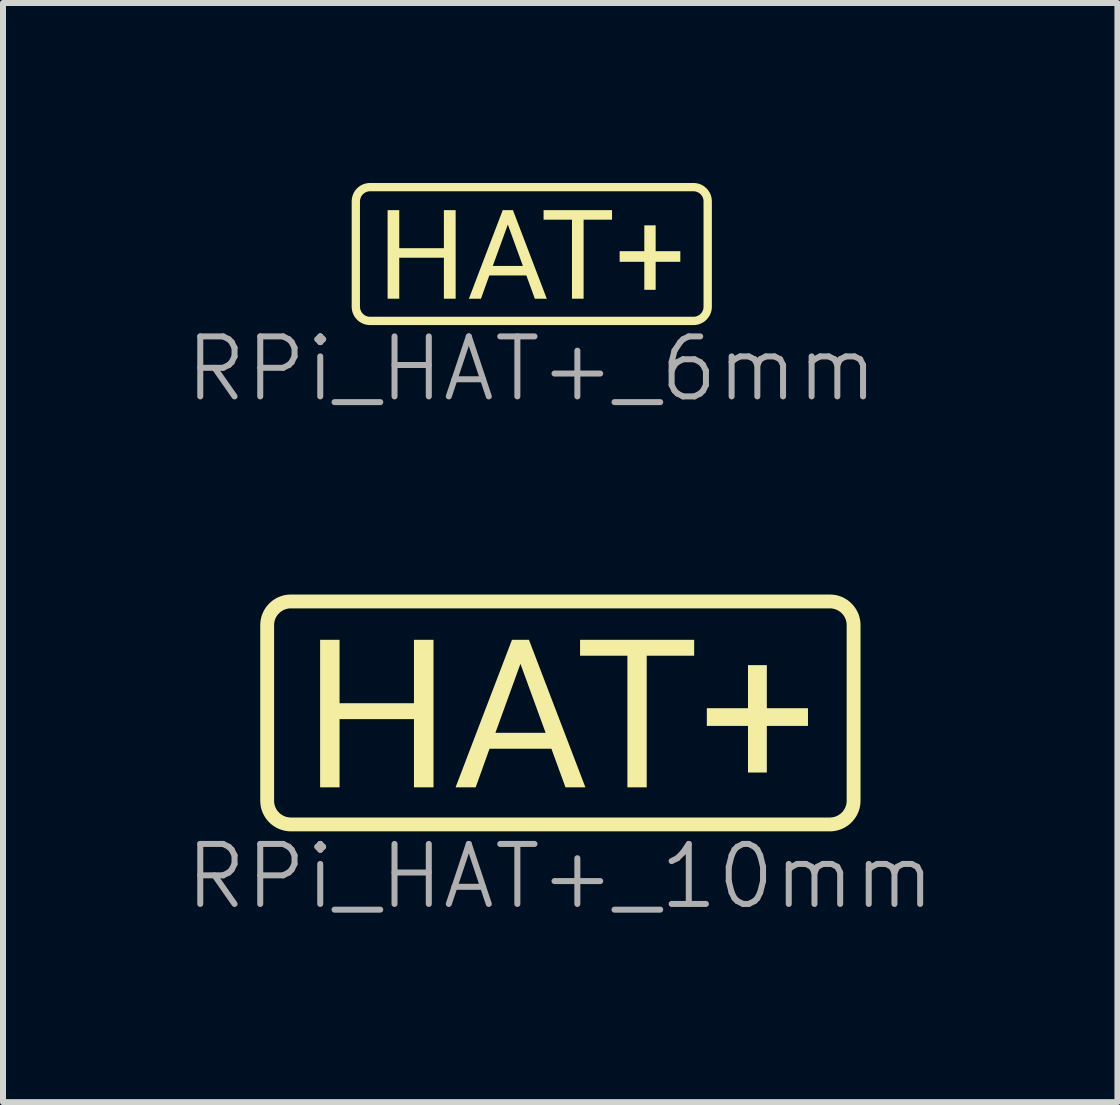
<source format=kicad_pcb>
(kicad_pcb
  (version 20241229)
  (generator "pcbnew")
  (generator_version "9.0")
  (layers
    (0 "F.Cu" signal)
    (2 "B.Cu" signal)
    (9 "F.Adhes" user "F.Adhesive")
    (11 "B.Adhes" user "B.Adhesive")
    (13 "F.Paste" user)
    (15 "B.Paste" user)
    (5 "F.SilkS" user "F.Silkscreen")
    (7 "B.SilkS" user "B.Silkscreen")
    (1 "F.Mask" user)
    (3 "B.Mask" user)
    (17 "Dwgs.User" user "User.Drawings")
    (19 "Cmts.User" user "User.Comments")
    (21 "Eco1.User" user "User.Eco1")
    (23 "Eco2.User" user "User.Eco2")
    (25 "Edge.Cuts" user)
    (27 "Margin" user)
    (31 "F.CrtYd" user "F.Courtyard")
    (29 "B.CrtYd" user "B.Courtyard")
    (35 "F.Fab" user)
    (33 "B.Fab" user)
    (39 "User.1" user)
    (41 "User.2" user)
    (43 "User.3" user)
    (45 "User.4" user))
  (footprint "RPi_HAT+_6mm"
    (layer "F.Cu")
    (at 5.812 1.2)
    (property "Reference" "RPi_HAT+_6mm" (at 0 1.9 0) (unlocked yes) (layer "F.Fab") (effects (font (size 1 1) (thickness 0.1))))
    (attr board_only exclude_from_pos_files exclude_from_bom)
    (fp_poly (pts (xy 1.34 -0.588) (xy 0.866 -0.588) (xy 0.866 0.729) (xy 0.672 0.729) (xy 0.672 -0.588) (xy 0.199 -0.588) (xy 0.199 -0.747) (xy 1.34 -0.747)) (stroke (width -0.000001) (type solid)) (fill yes) (layer "F.SilkS"))
    (fp_poly (pts (xy -2.207 -0.113) (xy -1.463 -0.113) (xy -1.463 -0.747) (xy -1.267 -0.747) (xy -1.267 0.729) (xy -1.463 0.729) (xy -1.463 0.046) (xy -2.207 0.046) (xy -2.207 0.729) (xy -2.401 0.729) (xy -2.401 -0.747) (xy -2.207 -0.747)) (stroke (width -0.000001) (type solid)) (fill yes) (layer "F.SilkS"))
    (fp_poly (pts (xy 2.067 -0.063) (xy 2.478 -0.063) (xy 2.478 0.114) (xy 2.067 0.114) (xy 2.067 0.581) (xy 1.878 0.581) (xy 1.878 0.114) (xy 1.467 0.114) (xy 1.467 -0.063) (xy 1.878 -0.063) (xy 1.878 -0.494) (xy 2.067 -0.494)) (stroke (width -0.000001) (type solid)) (fill yes) (layer "F.SilkS"))
    (fp_poly (pts (xy 0.252 0.729) (xy 0.053 0.729) (xy -0.088 0.342) (xy -0.706 0.342) (xy -0.845 0.729) (xy -1.046 0.729) (xy -0.838 0.183) (xy -0.648 0.183) (xy -0.146 0.183) (xy -0.397 -0.507) (xy -0.648 0.183) (xy -0.838 0.183) (xy -0.482 -0.747) (xy -0.312 -0.747)) (stroke (width -0.000001) (type solid)) (fill yes) (layer "F.SilkS"))
    (fp_poly (pts (xy 2.713 -1.2) (xy 2.729 -1.198) (xy 2.744 -1.196) (xy 2.759 -1.194) (xy 2.774 -1.19) (xy 2.789 -1.186) (xy 2.803 -1.181) (xy 2.817 -1.176) (xy 2.83 -1.17) (xy 2.843 -1.163) (xy 2.856 -1.156) (xy 2.869 -1.148) (xy 2.881 -1.139) (xy 2.892 -1.13) (xy 2.903 -1.12) (xy 2.914 -1.11) (xy 2.924 -1.1) (xy 2.934 -1.089) (xy 2.943 -1.077) (xy 2.951 -1.065) (xy 2.959 -1.052) (xy 2.967 -1.04) (xy 2.974 -1.026) (xy 2.98 -1.013) (xy 2.985 -0.999) (xy 2.99 -0.985) (xy 2.994 -0.97) (xy 2.998 -0.955) (xy 3 -0.94) (xy 3.002 -0.925) (xy 3.003 -0.909) (xy 3.004 -0.894) (xy 3.004 0.862) (xy 3.003 0.878) (xy 3.002 0.893) (xy 3 0.909) (xy 2.998 0.924) (xy 2.994 0.939) (xy 2.99 0.953) (xy 2.985 0.967) (xy 2.98 0.981) (xy 2.974 0.995) (xy 2.967 1.008) (xy 2.959 1.021) (xy 2.951 1.033) (xy 2.943 1.045) (xy 2.934 1.057) (xy 2.924 1.068) (xy 2.914 1.079) (xy 2.903 1.089) (xy 2.892 1.099) (xy 2.881 1.108) (xy 2.869 1.116) (xy 2.856 1.124) (xy 2.843 1.132) (xy 2.83 1.138) (xy 2.817 1.144) (xy 2.803 1.15) (xy 2.789 1.155) (xy 2.774 1.159) (xy 2.759 1.162) (xy 2.744 1.165) (xy 2.729 1.167) (xy 2.713 1.168) (xy 2.697 1.169) (xy -2.694 1.169) (xy -2.709 1.168) (xy -2.725 1.167) (xy -2.74 1.165) (xy -2.755 1.162) (xy -2.77 1.159) (xy -2.785 1.155) (xy -2.799 1.15) (xy -2.813 1.144) (xy -2.826 1.138) (xy -2.84 1.132) (xy -2.852 1.124) (xy -2.865 1.116) (xy -2.877 1.108) (xy -2.889 1.099) (xy -2.9 1.089) (xy -2.91 1.079) (xy -2.92 1.068) (xy -2.93 1.057) (xy -2.939 1.045) (xy -2.948 1.033) (xy -2.956 1.021) (xy -2.963 1.008) (xy -2.97 0.995) (xy -2.976 0.981) (xy -2.981 0.967) (xy -2.986 0.953) (xy -2.99 0.939) (xy -2.994 0.924) (xy -2.996 0.909) (xy -2.998 0.893) (xy -3 0.878) (xy -3 0.862) (xy -3 -0.894) (xy -2.862 -0.894) (xy -2.862 0.862) (xy -2.861 0.871) (xy -2.861 0.879) (xy -2.86 0.888) (xy -2.858 0.896) (xy -2.856 0.904) (xy -2.854 0.912) (xy -2.851 0.92) (xy -2.848 0.927) (xy -2.845 0.935) (xy -2.841 0.942) (xy -2.837 0.949) (xy -2.833 0.956) (xy -2.828 0.963) (xy -2.823 0.969) (xy -2.818 0.975) (xy -2.812 0.981) (xy -2.806 0.986) (xy -2.8 0.992) (xy -2.794 0.997) (xy -2.787 1.001) (xy -2.781 1.006) (xy -2.774 1.01) (xy -2.766 1.013) (xy -2.759 1.017) (xy -2.751 1.02) (xy -2.744 1.022) (xy -2.736 1.025) (xy -2.727 1.027) (xy -2.719 1.028) (xy -2.711 1.029) (xy -2.702 1.03) (xy -2.694 1.03) (xy 2.697 1.03) (xy 2.706 1.03) (xy 2.715 1.029) (xy 2.723 1.028) (xy 2.731 1.027) (xy 2.739 1.025) (xy 2.747 1.022) (xy 2.755 1.02) (xy 2.763 1.017) (xy 2.77 1.013) (xy 2.777 1.01) (xy 2.784 1.006) (xy 2.791 1.001) (xy 2.798 0.997) (xy 2.804 0.992) (xy 2.81 0.986) (xy 2.816 0.981) (xy 2.822 0.975) (xy 2.827 0.969) (xy 2.832 0.963) (xy 2.837 0.956) (xy 2.841 0.949) (xy 2.845 0.942) (xy 2.849 0.935) (xy 2.852 0.927) (xy 2.855 0.92) (xy 2.858 0.912) (xy 2.86 0.904) (xy 2.862 0.896) (xy 2.863 0.888) (xy 2.864 0.879) (xy 2.865 0.871) (xy 2.865 0.862) (xy 2.865 -0.894) (xy 2.865 -0.902) (xy 2.864 -0.911) (xy 2.863 -0.919) (xy 2.862 -0.927) (xy 2.86 -0.936) (xy 2.858 -0.944) (xy 2.855 -0.951) (xy 2.852 -0.959) (xy 2.849 -0.966) (xy 2.845 -0.974) (xy 2.841 -0.981) (xy 2.837 -0.987) (xy 2.832 -0.994) (xy 2.827 -1) (xy 2.822 -1.006) (xy 2.816 -1.012) (xy 2.81 -1.018) (xy 2.804 -1.023) (xy 2.798 -1.028) (xy 2.791 -1.033) (xy 2.784 -1.037) (xy 2.777 -1.041) (xy 2.77 -1.045) (xy 2.763 -1.048) (xy 2.755 -1.051) (xy 2.747 -1.054) (xy 2.739 -1.056) (xy 2.731 -1.058) (xy 2.723 -1.06) (xy 2.715 -1.061) (xy 2.706 -1.061) (xy 2.697 -1.062) (xy -2.694 -1.062) (xy -2.702 -1.061) (xy -2.711 -1.061) (xy -2.719 -1.06) (xy -2.727 -1.058) (xy -2.736 -1.056) (xy -2.744 -1.054) (xy -2.751 -1.051) (xy -2.759 -1.048) (xy -2.766 -1.045) (xy -2.774 -1.041) (xy -2.781 -1.037) (xy -2.787 -1.033) (xy -2.794 -1.028) (xy -2.8 -1.023) (xy -2.806 -1.018) (xy -2.812 -1.012) (xy -2.818 -1.006) (xy -2.823 -1) (xy -2.828 -0.994) (xy -2.833 -0.987) (xy -2.837 -0.981) (xy -2.841 -0.974) (xy -2.845 -0.966) (xy -2.848 -0.959) (xy -2.851 -0.951) (xy -2.854 -0.944) (xy -2.856 -0.936) (xy -2.858 -0.927) (xy -2.86 -0.919) (xy -2.861 -0.911) (xy -2.861 -0.902) (xy -2.862 -0.894) (xy -3 -0.894) (xy -3 -0.909) (xy -2.998 -0.925) (xy -2.996 -0.94) (xy -2.994 -0.955) (xy -2.99 -0.97) (xy -2.986 -0.985) (xy -2.981 -0.999) (xy -2.976 -1.013) (xy -2.97 -1.026) (xy -2.963 -1.04) (xy -2.956 -1.052) (xy -2.948 -1.065) (xy -2.939 -1.077) (xy -2.93 -1.089) (xy -2.92 -1.1) (xy -2.91 -1.11) (xy -2.9 -1.12) (xy -2.889 -1.13) (xy -2.877 -1.139) (xy -2.865 -1.148) (xy -2.852 -1.156) (xy -2.84 -1.163) (xy -2.826 -1.17) (xy -2.813 -1.176) (xy -2.799 -1.181) (xy -2.785 -1.186) (xy -2.77 -1.19) (xy -2.755 -1.194) (xy -2.74 -1.196) (xy -2.725 -1.198) (xy -2.709 -1.2) (xy -2.694 -1.2) (xy 2.697 -1.2)) (stroke (width -0.000001) (type solid)) (fill yes) (layer "F.SilkS")))
  (footprint "RPi_HAT+_10mm"
    (layer "F.Cu")
    (at 6.288 8.81)
    (property "Reference" "RPi_HAT+_10mm" (at 0 2.75 0) (unlocked yes) (layer "F.Fab") (effects (font (size 1 1) (thickness 0.1))))
    (attr board_only exclude_from_pos_files exclude_from_bom)
    (fp_poly (pts (xy 2.233 -0.93) (xy 1.442 -0.93) (xy 1.442 1.264) (xy 1.12 1.264) (xy 1.12 -0.93) (xy 0.331 -0.93) (xy 0.331 -1.195) (xy 2.233 -1.195)) (stroke (width -0.000001) (type solid)) (fill yes) (layer "F.SilkS"))
    (fp_poly (pts (xy -3.678 -0.138) (xy -2.438 -0.138) (xy -2.438 -1.195) (xy -2.112 -1.195) (xy -2.112 1.264) (xy -2.438 1.264) (xy -2.438 0.127) (xy -3.678 0.127) (xy -3.678 1.264) (xy -4.002 1.264) (xy -4.002 -1.195) (xy -3.678 -1.195)) (stroke (width -0.000001) (type solid)) (fill yes) (layer "F.SilkS"))
    (fp_poly (pts (xy 3.444 -0.055) (xy 4.13 -0.055) (xy 4.13 0.24) (xy 3.444 0.24) (xy 3.444 1.017) (xy 3.13 1.017) (xy 3.13 0.24) (xy 2.444 0.24) (xy 2.444 -0.055) (xy 3.13 -0.055) (xy 3.13 -0.773) (xy 3.444 -0.773)) (stroke (width -0.000001) (type solid)) (fill yes) (layer "F.SilkS"))
    (fp_poly (pts (xy 0.42 1.264) (xy 0.088 1.264) (xy -0.147 0.62) (xy -1.178 0.62) (xy -1.409 1.264) (xy -1.744 1.264) (xy -1.397 0.355) (xy -1.08 0.355) (xy -0.243 0.355) (xy -0.663 -0.795) (xy -1.08 0.355) (xy -1.397 0.355) (xy -0.804 -1.195) (xy -0.521 -1.195)) (stroke (width -0.000001) (type solid)) (fill yes) (layer "F.SilkS"))
    (fp_poly (pts (xy 4.521 -1.949) (xy 4.547 -1.947) (xy 4.573 -1.944) (xy 4.598 -1.94) (xy 4.623 -1.934) (xy 4.647 -1.927) (xy 4.671 -1.919) (xy 4.694 -1.91) (xy 4.716 -1.9) (xy 4.738 -1.888) (xy 4.76 -1.876) (xy 4.781 -1.863) (xy 4.801 -1.849) (xy 4.82 -1.833) (xy 4.838 -1.817) (xy 4.856 -1.8) (xy 4.873 -1.783) (xy 4.889 -1.764) (xy 4.904 -1.745) (xy 4.918 -1.725) (xy 4.932 -1.704) (xy 4.944 -1.683) (xy 4.955 -1.661) (xy 4.966 -1.638) (xy 4.975 -1.615) (xy 4.983 -1.591) (xy 4.99 -1.567) (xy 4.995 -1.542) (xy 5 -1.517) (xy 5.003 -1.492) (xy 5.005 -1.466) (xy 5.006 -1.439) (xy 5.006 1.487) (xy 5.005 1.513) (xy 5.003 1.539) (xy 5 1.564) (xy 4.995 1.59) (xy 4.99 1.614) (xy 4.983 1.639) (xy 4.975 1.662) (xy 4.966 1.685) (xy 4.955 1.708) (xy 4.944 1.73) (xy 4.932 1.751) (xy 4.918 1.772) (xy 4.904 1.792) (xy 4.889 1.811) (xy 4.873 1.83) (xy 4.856 1.848) (xy 4.838 1.865) (xy 4.82 1.881) (xy 4.801 1.896) (xy 4.781 1.91) (xy 4.76 1.923) (xy 4.738 1.936) (xy 4.716 1.947) (xy 4.694 1.957) (xy 4.671 1.966) (xy 4.647 1.974) (xy 4.623 1.981) (xy 4.598 1.987) (xy 4.573 1.991) (xy 4.547 1.995) (xy 4.521 1.997) (xy 4.495 1.997) (xy -4.489 1.997) (xy -4.516 1.997) (xy -4.542 1.995) (xy -4.567 1.991) (xy -4.592 1.987) (xy -4.617 1.981) (xy -4.641 1.974) (xy -4.665 1.966) (xy -4.688 1.957) (xy -4.711 1.947) (xy -4.733 1.936) (xy -4.754 1.923) (xy -4.775 1.91) (xy -4.795 1.896) (xy -4.814 1.881) (xy -4.833 1.865) (xy -4.85 1.848) (xy -4.867 1.83) (xy -4.883 1.811) (xy -4.899 1.792) (xy -4.913 1.772) (xy -4.926 1.751) (xy -4.938 1.73) (xy -4.95 1.708) (xy -4.96 1.685) (xy -4.969 1.662) (xy -4.977 1.639) (xy -4.984 1.614) (xy -4.99 1.59) (xy -4.994 1.564) (xy -4.997 1.539) (xy -4.999 1.513) (xy -5 1.487) (xy -5 -1.439) (xy -4.769 -1.439) (xy -4.769 1.487) (xy -4.769 1.501) (xy -4.768 1.515) (xy -4.766 1.529) (xy -4.764 1.543) (xy -4.76 1.557) (xy -4.757 1.57) (xy -4.752 1.583) (xy -4.747 1.596) (xy -4.742 1.608) (xy -4.735 1.62) (xy -4.729 1.632) (xy -4.721 1.643) (xy -4.714 1.654) (xy -4.705 1.665) (xy -4.696 1.675) (xy -4.687 1.684) (xy -4.677 1.694) (xy -4.667 1.703) (xy -4.657 1.711) (xy -4.646 1.719) (xy -4.634 1.726) (xy -4.623 1.733) (xy -4.611 1.739) (xy -4.598 1.744) (xy -4.586 1.75) (xy -4.573 1.754) (xy -4.559 1.758) (xy -4.546 1.761) (xy -4.532 1.763) (xy -4.518 1.765) (xy -4.504 1.766) (xy -4.489 1.767) (xy 4.495 1.767) (xy 4.509 1.766) (xy 4.524 1.765) (xy 4.538 1.763) (xy 4.551 1.761) (xy 4.565 1.758) (xy 4.578 1.754) (xy 4.591 1.75) (xy 4.604 1.744) (xy 4.616 1.739) (xy 4.628 1.733) (xy 4.64 1.726) (xy 4.651 1.719) (xy 4.662 1.711) (xy 4.673 1.703) (xy 4.683 1.694) (xy 4.693 1.684) (xy 4.702 1.675) (xy 4.711 1.665) (xy 4.719 1.654) (xy 4.727 1.643) (xy 4.734 1.632) (xy 4.741 1.62) (xy 4.747 1.608) (xy 4.753 1.596) (xy 4.758 1.583) (xy 4.762 1.57) (xy 4.766 1.557) (xy 4.769 1.543) (xy 4.772 1.529) (xy 4.773 1.515) (xy 4.775 1.501) (xy 4.775 1.487) (xy 4.775 -1.439) (xy 4.775 -1.454) (xy 4.773 -1.468) (xy 4.772 -1.482) (xy 4.769 -1.496) (xy 4.766 -1.509) (xy 4.762 -1.523) (xy 4.758 -1.536) (xy 4.753 -1.548) (xy 4.747 -1.561) (xy 4.741 -1.573) (xy 4.734 -1.584) (xy 4.727 -1.596) (xy 4.719 -1.607) (xy 4.711 -1.617) (xy 4.702 -1.627) (xy 4.693 -1.637) (xy 4.683 -1.646) (xy 4.673 -1.655) (xy 4.662 -1.664) (xy 4.651 -1.671) (xy 4.64 -1.679) (xy 4.628 -1.685) (xy 4.616 -1.692) (xy 4.604 -1.697) (xy 4.591 -1.702) (xy 4.578 -1.707) (xy 4.565 -1.71) (xy 4.551 -1.714) (xy 4.538 -1.716) (xy 4.524 -1.718) (xy 4.509 -1.719) (xy 4.495 -1.719) (xy -4.489 -1.719) (xy -4.504 -1.719) (xy -4.518 -1.718) (xy -4.532 -1.716) (xy -4.546 -1.714) (xy -4.559 -1.71) (xy -4.573 -1.707) (xy -4.586 -1.702) (xy -4.598 -1.697) (xy -4.611 -1.692) (xy -4.623 -1.685) (xy -4.634 -1.679) (xy -4.646 -1.671) (xy -4.657 -1.664) (xy -4.667 -1.655) (xy -4.677 -1.646) (xy -4.687 -1.637) (xy -4.696 -1.627) (xy -4.705 -1.617) (xy -4.714 -1.607) (xy -4.721 -1.596) (xy -4.729 -1.584) (xy -4.735 -1.573) (xy -4.742 -1.561) (xy -4.747 -1.548) (xy -4.752 -1.536) (xy -4.757 -1.523) (xy -4.76 -1.509) (xy -4.764 -1.496) (xy -4.766 -1.482) (xy -4.768 -1.468) (xy -4.769 -1.454) (xy -4.769 -1.439) (xy -5 -1.439) (xy -4.999 -1.466) (xy -4.997 -1.492) (xy -4.994 -1.517) (xy -4.99 -1.542) (xy -4.984 -1.567) (xy -4.977 -1.591) (xy -4.969 -1.615) (xy -4.96 -1.638) (xy -4.95 -1.661) (xy -4.938 -1.683) (xy -4.926 -1.704) (xy -4.913 -1.725) (xy -4.899 -1.745) (xy -4.883 -1.764) (xy -4.867 -1.783) (xy -4.85 -1.8) (xy -4.833 -1.817) (xy -4.814 -1.833) (xy -4.795 -1.849) (xy -4.775 -1.863) (xy -4.754 -1.876) (xy -4.733 -1.888) (xy -4.711 -1.9) (xy -4.688 -1.91) (xy -4.665 -1.919) (xy -4.641 -1.927) (xy -4.617 -1.934) (xy -4.592 -1.94) (xy -4.567 -1.944) (xy -4.542 -1.947) (xy -4.516 -1.949) (xy -4.489 -1.95) (xy 4.495 -1.95)) (stroke (width -0.000001) (type solid)) (fill yes) (layer "F.SilkS")))
  (gr_rect
    (start -3 -3)
    (end 15.576 15.321)
    (stroke (width 0.1) (type default))
    (fill no)
    (layer "Edge.Cuts")))
</source>
